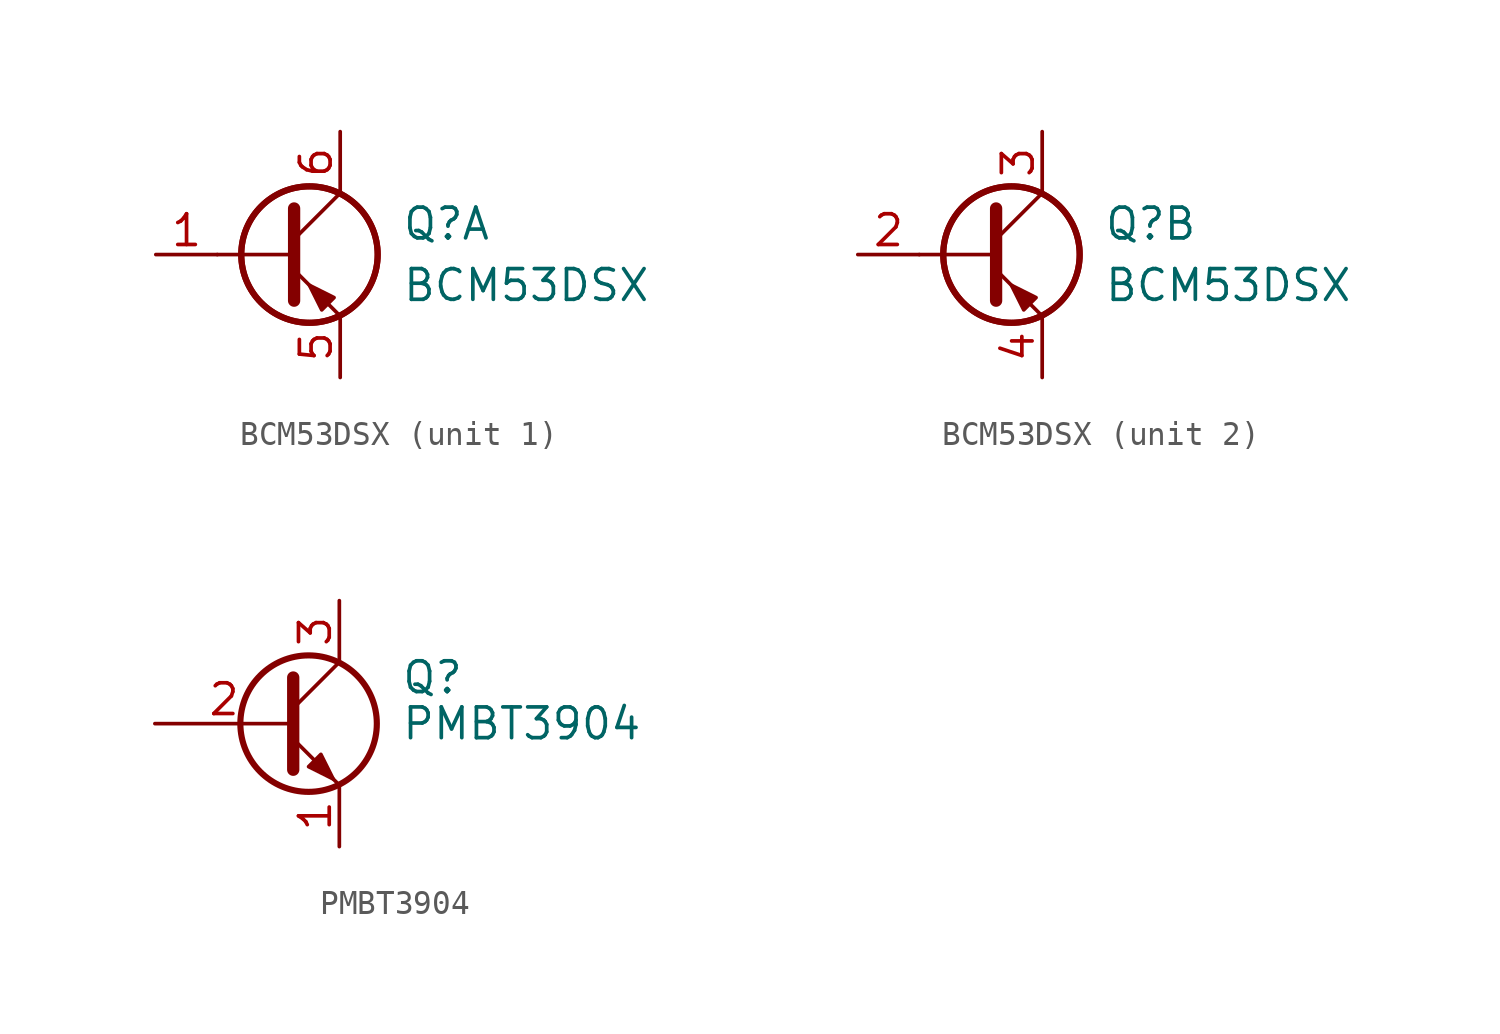
<source format=kicad_sym>
(kicad_symbol_lib
  (version 20210619)
  (generator kicad_symbol_editor)
  (symbol "Transistor_BJT_custom:BCM53DSX"
    (pin_names
      (offset 0) hide)
    (property "Reference" "Q"
      (at 5.08 1.27 0)
      (effects (font (size 1.27 1.27)) (justify left)))
    (property "Value" "BCM53DSX"
      (at 5.08 -1.27 0)
      (effects (font (size 1.27 1.27)) (justify left)))
    (property "ki_locked" ""
      (at 0 0 0)
      (effects (font (size 1.27 1.27))))
    (symbol "BCM53DSX_0_1"
      (circle (center 1.27 0) (radius 2.819) (stroke (width 0.254)) (fill (type none)))
      (circle (center 1.27 0) (radius 2.819) (stroke (width 0.254)) (fill (type none)))
      (polyline (pts (xy 0.635 0) (xy -2.54 0)) (stroke (width 0)) (fill (type none))))
    (symbol "BCM53DSX_1_1"
      (polyline (pts (xy 0.635 0.635) (xy 2.54 2.54)) (stroke (width 0)) (fill (type none)))
      (polyline (pts (xy 0.635 -0.635) (xy 2.54 -2.54) (xy 2.54 -2.54)) (stroke (width 0)) (fill (type none)))
      (polyline (pts (xy 0.635 1.905) (xy 0.635 -1.905) (xy 0.635 -1.905)) (stroke (width 0.508)) (fill (type none)))
      (polyline (pts (xy 2.286 -1.778) (xy 1.778 -2.286) (xy 1.27 -1.27) (xy 2.286 -1.778) (xy 2.286 -1.778)) (stroke (width 0)) (fill (type outline)))
      (pin input line (at -5.08 0 0) (length 2.54) (name "B2" (effects (font (size 1.27 1.27)))) (number "1" (effects (font (size 1.27 1.27)))))
      (pin passive line (at 2.54 -5.08 90) (length 2.54) (name "E2" (effects (font (size 1.27 1.27)))) (number "5" (effects (font (size 1.27 1.27)))))
      (pin passive line (at 2.54 5.08 270) (length 2.54) (name "C2" (effects (font (size 1.27 1.27)))) (number "6" (effects (font (size 1.27 1.27))))))
    (symbol "BCM53DSX_2_1"
      (polyline (pts (xy 0.635 0.635) (xy 2.54 2.54)) (stroke (width 0)) (fill (type none)))
      (polyline (pts (xy 0.635 -0.635) (xy 2.54 -2.54) (xy 2.54 -2.54)) (stroke (width 0)) (fill (type none)))
      (polyline (pts (xy 0.635 1.905) (xy 0.635 -1.905) (xy 0.635 -1.905)) (stroke (width 0.508)) (fill (type none)))
      (polyline (pts (xy 2.286 -1.778) (xy 1.778 -2.286) (xy 1.27 -1.27) (xy 2.286 -1.778) (xy 2.286 -1.778)) (stroke (width 0)) (fill (type outline)))
      (pin input line (at -5.08 0 0) (length 2.54) (name "B2" (effects (font (size 1.27 1.27)))) (number "2" (effects (font (size 1.27 1.27)))))
      (pin passive line (at 2.54 5.08 270) (length 2.54) (name "C2" (effects (font (size 1.27 1.27)))) (number "3" (effects (font (size 1.27 1.27)))))
      (pin passive line (at 2.54 -5.08 90) (length 2.54) (name "E2" (effects (font (size 1.27 1.27)))) (number "4" (effects (font (size 1.27 1.27)))))))
  (symbol "Transistor_BJT_custom:PMBT3904"
    (pin_names
      (offset 0) hide)
    (property "Reference" "Q"
      (at 5.08 1.905 0)
      (effects (font (size 1.27 1.27)) (justify left)))
    (property "Value" "PMBT3904"
      (at 5.08 0 0)
      (effects (font (size 1.27 1.27)) (justify left)))
    (symbol "PMBT3904_0_1"
      (circle (center 1.27 0) (radius 2.819) (stroke (width 0.254)) (fill (type none)))
      (polyline (pts (xy 0.635 0.635) (xy 2.54 2.54)) (stroke (width 0)) (fill (type none)))
      (polyline (pts (xy 0.635 -0.635) (xy 2.54 -2.54) (xy 2.54 -2.54)) (stroke (width 0)) (fill (type none)))
      (polyline (pts (xy 0.635 1.905) (xy 0.635 -1.905) (xy 0.635 -1.905)) (stroke (width 0.508)) (fill (type none)))
      (polyline (pts (xy 1.27 -1.778) (xy 1.778 -1.27) (xy 2.286 -2.286) (xy 1.27 -1.778) (xy 1.27 -1.778)) (stroke (width 0)) (fill (type outline))))
    (symbol "PMBT3904_1_1"
      (pin passive line (at 2.54 -5.08 90) (length 2.54) (name "E" (effects (font (size 1.27 1.27)))) (number "1" (effects (font (size 1.27 1.27)))))
      (pin passive line (at -5.08 0 0) (length 5.715) (name "B" (effects (font (size 1.27 1.27)))) (number "2" (effects (font (size 1.27 1.27)))))
      (pin passive line (at 2.54 5.08 270) (length 2.54) (name "C" (effects (font (size 1.27 1.27)))) (number "3" (effects (font (size 1.27 1.27))))))))
</source>
